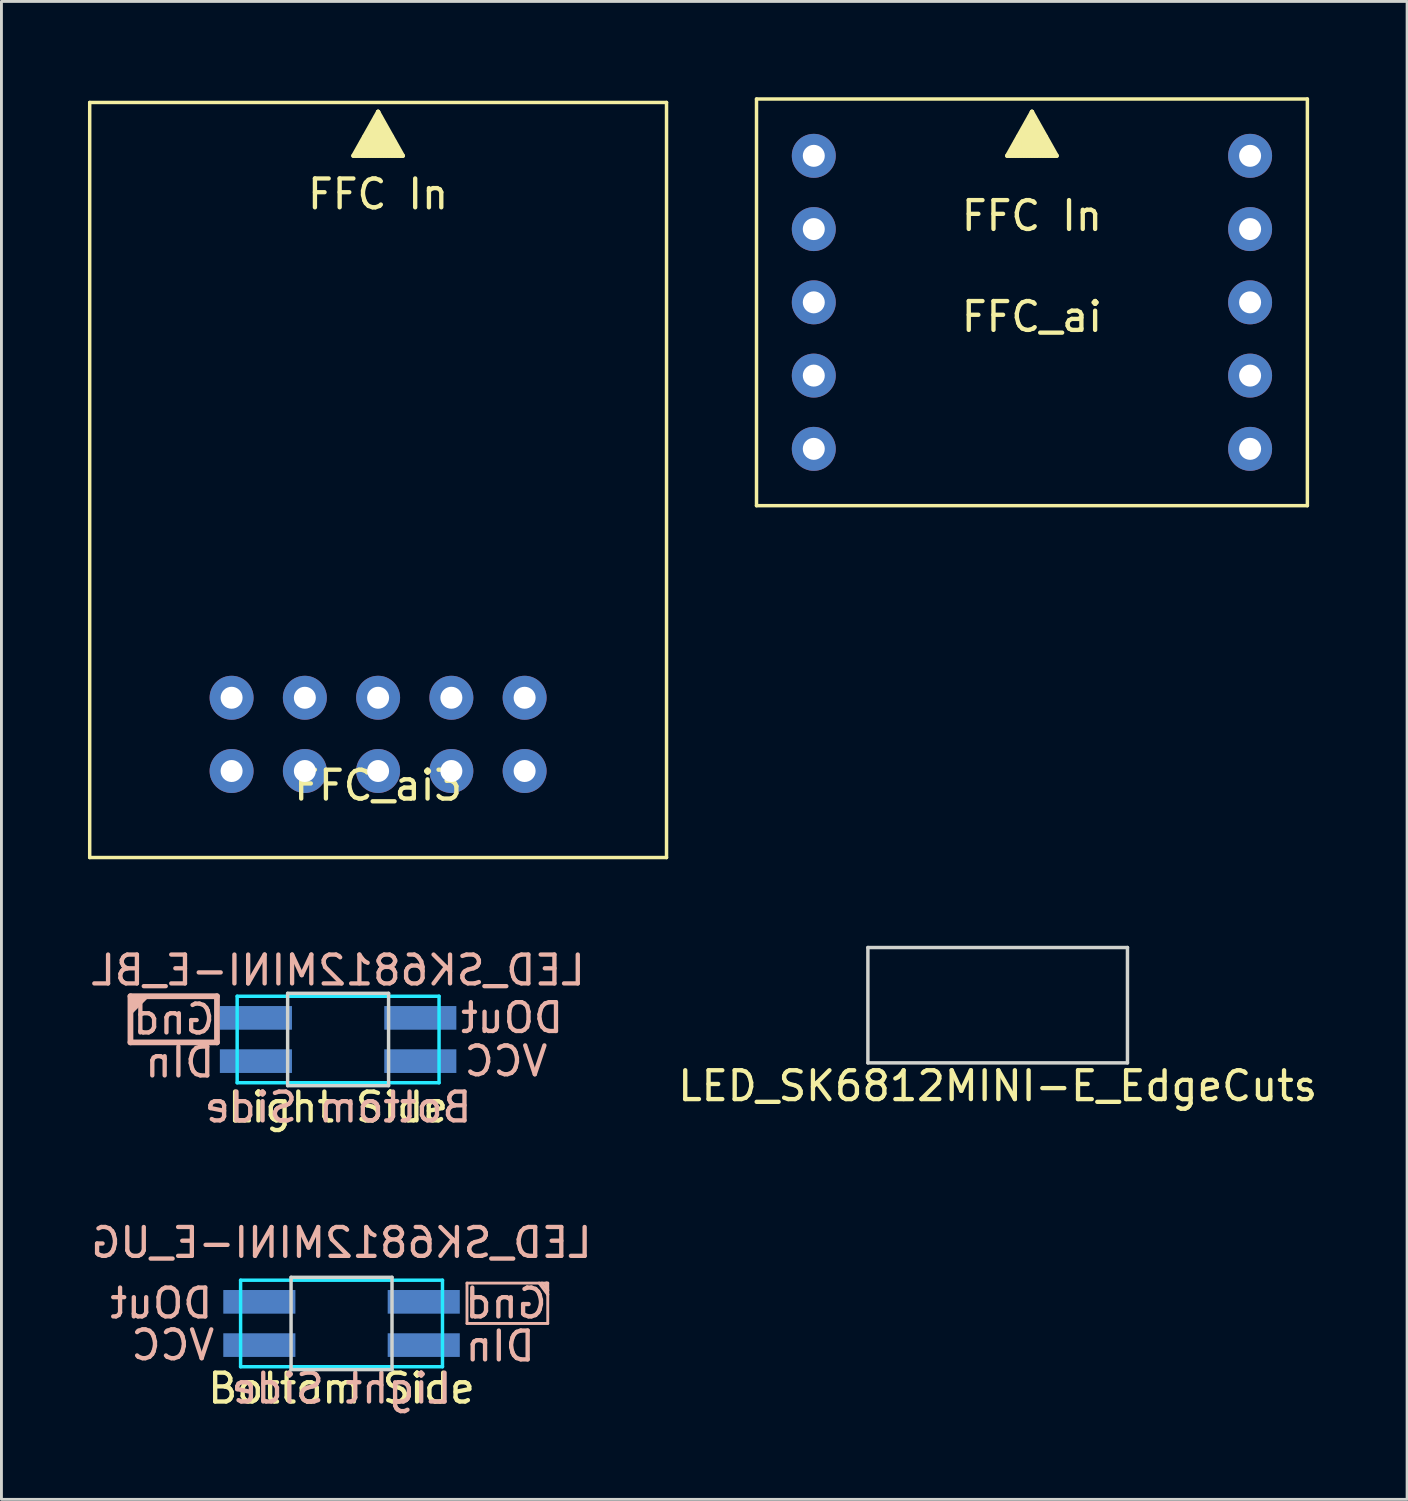
<source format=kicad_pcb>
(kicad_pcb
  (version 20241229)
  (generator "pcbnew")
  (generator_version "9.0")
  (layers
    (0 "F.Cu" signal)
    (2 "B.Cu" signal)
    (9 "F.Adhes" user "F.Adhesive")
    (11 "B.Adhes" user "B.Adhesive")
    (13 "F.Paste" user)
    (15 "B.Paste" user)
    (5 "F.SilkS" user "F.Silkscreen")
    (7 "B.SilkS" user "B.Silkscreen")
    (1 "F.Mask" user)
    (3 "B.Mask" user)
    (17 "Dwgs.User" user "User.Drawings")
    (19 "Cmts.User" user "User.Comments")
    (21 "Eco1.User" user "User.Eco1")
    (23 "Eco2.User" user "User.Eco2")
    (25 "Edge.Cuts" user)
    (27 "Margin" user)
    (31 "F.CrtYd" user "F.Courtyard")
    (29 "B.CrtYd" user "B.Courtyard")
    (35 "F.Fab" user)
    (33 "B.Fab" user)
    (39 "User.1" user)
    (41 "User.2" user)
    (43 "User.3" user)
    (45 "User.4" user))
  (footprint "LED_SK6812MINI-E_UG"
    (layer "F.Cu")
    (at 8.792 42.838)
    (property "Reference" "LED_SK6812MINI-E_UG" (at 0 -2.8 0) (layer "B.SilkS") (effects (font (size 1 1) (thickness 0.15)) (justify mirror)))
    (attr smd)
    (fp_line (start 4.35 -1.4) (end 7.15 -1.4) (stroke (width 0.1) (type solid)) (layer "B.SilkS"))
    (fp_line (start 4.35 0) (end 4.35 -1.4) (stroke (width 0.1) (type solid)) (layer "B.SilkS"))
    (fp_line (start 6.95 -1.4) (end 7.15 -1.15) (stroke (width 0.1) (type solid)) (layer "B.SilkS"))
    (fp_line (start 7.1 -1.4) (end 7.15 -1) (stroke (width 0.1) (type solid)) (layer "B.SilkS"))
    (fp_line (start 7.15 -1.4) (end 7.15 0) (stroke (width 0.1) (type solid)) (layer "B.SilkS"))
    (fp_line (start 7.15 -1.15) (end 7.1 -1.4) (stroke (width 0.1) (type solid)) (layer "B.SilkS"))
    (fp_line (start 7.15 -1) (end 6.85 -1.4) (stroke (width 0.1) (type solid)) (layer "B.SilkS"))
    (fp_line (start 7.15 0) (end 4.35 0) (stroke (width 0.1) (type solid)) (layer "B.SilkS"))
    (fp_line (start -1.75 -1.6) (end 1.75 -1.6) (stroke (width 0.12) (type solid)) (layer "Edge.Cuts"))
    (fp_line (start -1.75 1.6) (end -1.75 -1.6) (stroke (width 0.12) (type solid)) (layer "Edge.Cuts"))
    (fp_line (start 1.75 -1.6) (end 1.75 1.6) (stroke (width 0.12) (type solid)) (layer "Edge.Cuts"))
    (fp_line (start 1.75 1.6) (end -1.75 1.6) (stroke (width 0.12) (type solid)) (layer "Edge.Cuts"))
    (fp_line (start -3.5 -1.5) (end 3.5 -1.5) (stroke (width 0.12) (type solid)) (layer "B.CrtYd"))
    (fp_line (start -3.5 1.5) (end -3.5 -1.5) (stroke (width 0.12) (type solid)) (layer "B.CrtYd"))
    (fp_line (start 3.5 -1.5) (end 3.5 1.5) (stroke (width 0.12) (type solid)) (layer "B.CrtYd"))
    (fp_line (start 3.5 1.5) (end -3.5 1.5) (stroke (width 0.12) (type solid)) (layer "B.CrtYd"))
    (fp_text user "Bottom Side" (at 0 2.25 0) (layer "F.SilkS") (effects (font (size 1 1) (thickness 0.15))))
    (fp_text user "DIn" (at 5.5 0.79 0) (layer "B.SilkS") (effects (font (size 1 1) (thickness 0.15)) (justify mirror)))
    (fp_text user "Light Side" (at 0 2.25 0) (layer "B.SilkS") (effects (font (size 1 1) (thickness 0.15)) (justify mirror)))
    (fp_text user "DOut" (at -6.25 -0.7 0) (layer "B.SilkS") (effects (font (size 1 1) (thickness 0.15)) (justify mirror)))
    (fp_text user "VCC" (at -5.85 0.75 0) (layer "B.SilkS") (effects (font (size 1 1) (thickness 0.15)) (justify mirror)))
    (fp_text user "Gnd" (at 5.7 -0.7 0) (layer "B.SilkS") (effects (font (size 1 1) (thickness 0.15)) (justify mirror)))
    (pad "1" smd rect (at -2.5 -0.75) (size 2.5 0.82) (drill (offset -0.35 0)) (layers "B.Cu" "B.Mask" "B.Paste"))
    (pad "2" smd rect (at 2.5 -0.75) (size 2.5 0.82) (drill (offset 0.35 0)) (layers "B.Cu" "B.Mask" "B.Paste"))
    (pad "3" smd rect (at 2.5 0.75) (size 2.5 0.82) (drill (offset 0.35 0)) (layers "B.Cu" "B.Mask" "B.Paste"))
    (pad "4" smd rect (at -2.5 0.75) (size 2.5 0.82) (drill (offset -0.35 0)) (layers "B.Cu" "B.Mask" "B.Paste")))
  (footprint "FFC_ai"
    (layer "F.Cu")
    (at 32.73 7.433)
    (property "Reference" "FFC_ai" (at 0 0.5 0) (layer "F.SilkS") (effects (font (size 1 1) (thickness 0.15))))
    (attr through_hole)
    (fp_line (start -9.55 -7.05) (end -9.55 7.05) (stroke (width 0.12) (type solid)) (layer "F.SilkS"))
    (fp_line (start -9.55 -7.05) (end 9.55 -7.05) (stroke (width 0.12) (type solid)) (layer "F.SilkS"))
    (fp_line (start 9.55 -7.05) (end 9.55 7.05) (stroke (width 0.12) (type solid)) (layer "F.SilkS"))
    (fp_line (start 9.55 7.05) (end -9.55 7.05) (stroke (width 0.12) (type solid)) (layer "F.SilkS"))
    (fp_text user "▲" (at 0 -6 0) (layer "F.SilkS") (effects (font (size 2 2) (thickness 0.15))))
    (fp_text user "FFC In" (at 0 -3 0) (layer "F.SilkS") (effects (font (size 1 1) (thickness 0.15))))
    (pad "1" thru_hole circle (at -7.564 -5.08) (size 1.524 1.524) (drill 0.762) (layers "*.Cu" "*.Mask"))
    (pad "2" thru_hole circle (at -7.564 -2.54) (size 1.524 1.524) (drill 0.762) (layers "*.Cu" "*.Mask"))
    (pad "3" thru_hole circle (at -7.564 0) (size 1.524 1.524) (drill 0.762) (layers "*.Cu" "*.Mask"))
    (pad "4" thru_hole circle (at -7.564 2.54) (size 1.524 1.524) (drill 0.762) (layers "*.Cu" "*.Mask"))
    (pad "5" thru_hole circle (at -7.564 5.08) (size 1.524 1.524) (drill 0.762) (layers "*.Cu" "*.Mask"))
    (pad "6" thru_hole circle (at 7.564 5.08) (size 1.524 1.524) (drill 0.762) (layers "*.Cu" "*.Mask"))
    (pad "7" thru_hole circle (at 7.564 2.54) (size 1.524 1.524) (drill 0.762) (layers "*.Cu" "*.Mask"))
    (pad "8" thru_hole circle (at 7.564 0) (size 1.524 1.524) (drill 0.762) (layers "*.Cu" "*.Mask"))
    (pad "9" thru_hole circle (at 7.564 -2.54) (size 1.524 1.524) (drill 0.762) (layers "*.Cu" "*.Mask"))
    (pad "10" thru_hole circle (at 7.564 -5.08) (size 1.524 1.524) (drill 0.762) (layers "*.Cu" "*.Mask")))
  (footprint "LED_SK6812MINI-E_BL"
    (layer "F.Cu")
    (at 8.673 32.992)
    (property "Reference" "LED_SK6812MINI-E_BL" (at 0 -2.4 0) (layer "B.SilkS") (effects (font (size 1 1) (thickness 0.15)) (justify mirror)))
    (attr smd)
    (fp_line (start -7.2 -1.5) (end -4.2 -1.5) (stroke (width 0.2) (type solid)) (layer "B.SilkS"))
    (fp_line (start -7.2 0.1) (end -7.2 -1.5) (stroke (width 0.2) (type solid)) (layer "B.SilkS"))
    (fp_line (start -4.2 -1.5) (end -4.2 0.1) (stroke (width 0.2) (type solid)) (layer "B.SilkS"))
    (fp_line (start -4.2 0.1) (end -7.2 0.1) (stroke (width 0.2) (type solid)) (layer "B.SilkS"))
    (fp_poly (pts (xy -6.6 -1.5) (xy -7.2 -1.5) (xy -7.2 -0.9)) (stroke (width 0.1) (type solid)) (fill yes) (layer "B.SilkS"))
    (fp_line (start -1.75 -1.6) (end 1.75 -1.6) (stroke (width 0.12) (type solid)) (layer "Edge.Cuts"))
    (fp_line (start -1.75 1.6) (end -1.75 -1.6) (stroke (width 0.12) (type solid)) (layer "Edge.Cuts"))
    (fp_line (start 1.75 -1.6) (end 1.75 1.6) (stroke (width 0.12) (type solid)) (layer "Edge.Cuts"))
    (fp_line (start 1.75 1.6) (end -1.75 1.6) (stroke (width 0.12) (type solid)) (layer "Edge.Cuts"))
    (fp_line (start -3.5 -1.5) (end 3.5 -1.5) (stroke (width 0.12) (type solid)) (layer "B.CrtYd"))
    (fp_line (start -3.5 1.5) (end -3.5 -1.5) (stroke (width 0.12) (type solid)) (layer "B.CrtYd"))
    (fp_line (start 3.5 -1.5) (end 3.5 1.5) (stroke (width 0.12) (type solid)) (layer "B.CrtYd"))
    (fp_line (start 3.5 1.5) (end -3.5 1.5) (stroke (width 0.12) (type solid)) (layer "B.CrtYd"))
    (fp_text user "Light Side" (at 0 2.35 0) (layer "F.SilkS") (effects (font (size 1 1) (thickness 0.15))))
    (fp_text user "Bottom Side" (at 0 2.35 0) (layer "B.SilkS") (effects (font (size 1 1) (thickness 0.15)) (justify mirror)))
    (fp_text user "Gnd" (at -5.69 -0.7 0) (layer "B.SilkS") (effects (font (size 1 1) (thickness 0.15)) (justify mirror)))
    (fp_text user "DOut" (at 6.03 -0.75 0) (layer "B.SilkS") (effects (font (size 1 1) (thickness 0.15)) (justify mirror)))
    (fp_text user "VCC" (at 5.82 0.75 0) (layer "B.SilkS") (effects (font (size 1 1) (thickness 0.15)) (justify mirror)))
    (fp_text user "DIn" (at -5.49 0.79 0) (layer "B.SilkS") (effects (font (size 1 1) (thickness 0.15)) (justify mirror)))
    (pad "1" smd rect (at 2.5 -0.75) (size 2.5 0.82) (drill (offset 0.35 0)) (layers "B.Cu" "B.Mask" "B.Paste"))
    (pad "2" smd rect (at -2.5 -0.75) (size 2.5 0.82) (drill (offset -0.35 0)) (layers "B.Cu" "B.Mask" "B.Paste"))
    (pad "3" smd rect (at -2.5 0.75) (size 2.5 0.82) (drill (offset -0.35 0)) (layers "B.Cu" "B.Mask" "B.Paste"))
    (pad "4" smd rect (at 2.5 0.75) (size 2.5 0.82) (drill (offset 0.35 0)) (layers "B.Cu" "B.Mask" "B.Paste")))
  (footprint "FFC_ai3"
    (layer "F.Cu")
    (at 10.06 23.683)
    (property "Reference" "FFC_ai3" (at 0 0.5 0) (layer "F.SilkS") (effects (font (size 1 1) (thickness 0.15))))
    (attr through_hole)
    (fp_line (start -10 -23.18) (end -10 3) (stroke (width 0.12) (type solid)) (layer "F.SilkS"))
    (fp_line (start -10 3) (end 10 3) (stroke (width 0.12) (type solid)) (layer "F.SilkS"))
    (fp_line (start 10 -23.18) (end -10 -23.18) (stroke (width 0.12) (type solid)) (layer "F.SilkS"))
    (fp_line (start 10 3) (end 10 -23.18) (stroke (width 0.12) (type solid)) (layer "F.SilkS"))
    (fp_text user "▲" (at 0 -22.25 0) (unlocked yes) (layer "F.SilkS") (effects (font (size 2 2) (thickness 0.15))))
    (fp_text user "FFC In" (at 0 -20 0) (layer "F.SilkS") (effects (font (size 1 1) (thickness 0.15))))
    (pad "1" thru_hole circle (at 5.08 -2.54 90) (size 1.524 1.524) (drill 0.762) (layers "*.Cu" "*.Mask"))
    (pad "2" thru_hole circle (at 5.08 0 270) (size 1.524 1.524) (drill 0.762) (layers "*.Cu" "*.Mask"))
    (pad "3" thru_hole circle (at 2.54 -2.54 90) (size 1.524 1.524) (drill 0.762) (layers "*.Cu" "*.Mask"))
    (pad "4" thru_hole circle (at 2.54 0 270) (size 1.524 1.524) (drill 0.762) (layers "*.Cu" "*.Mask"))
    (pad "5" thru_hole circle (at 0 -2.54 90) (size 1.524 1.524) (drill 0.762) (layers "*.Cu" "*.Mask"))
    (pad "6" thru_hole circle (at 0 0 270) (size 1.524 1.524) (drill 0.762) (layers "*.Cu" "*.Mask"))
    (pad "7" thru_hole circle (at -2.54 -2.54 90) (size 1.524 1.524) (drill 0.762) (layers "*.Cu" "*.Mask"))
    (pad "8" thru_hole circle (at -2.54 0 270) (size 1.524 1.524) (drill 0.762) (layers "*.Cu" "*.Mask"))
    (pad "9" thru_hole circle (at -5.08 -2.54 90) (size 1.524 1.524) (drill 0.762) (layers "*.Cu" "*.Mask"))
    (pad "10" thru_hole circle (at -5.08 0 270) (size 1.524 1.524) (drill 0.762) (layers "*.Cu" "*.Mask")))
  (footprint "LED_SK6812MINI-E_EdgeCuts"
    (layer "F.Cu")
    (at 31.542 31.803)
    (property "Reference" "LED_SK6812MINI-E_EdgeCuts" (at 0 2.8 0) (layer "F.SilkS") (effects (font (size 1 1) (thickness 0.15))))
    (attr through_hole)
    (fp_line (start -4.5 -2) (end -4.5 2) (stroke (width 0.12) (type solid)) (layer "Edge.Cuts"))
    (fp_line (start -4.5 2) (end 4.5 2) (stroke (width 0.12) (type solid)) (layer "Edge.Cuts"))
    (fp_line (start 4.5 -2) (end -4.5 -2) (stroke (width 0.12) (type solid)) (layer "Edge.Cuts"))
    (fp_line (start 4.5 2) (end 4.5 -2) (stroke (width 0.12) (type solid)) (layer "Edge.Cuts")))
  (gr_rect
    (start -3 -3)
    (end 45.738 48.936)
    (stroke (width 0.1) (type default))
    (fill no)
    (layer "Edge.Cuts")))
</source>
